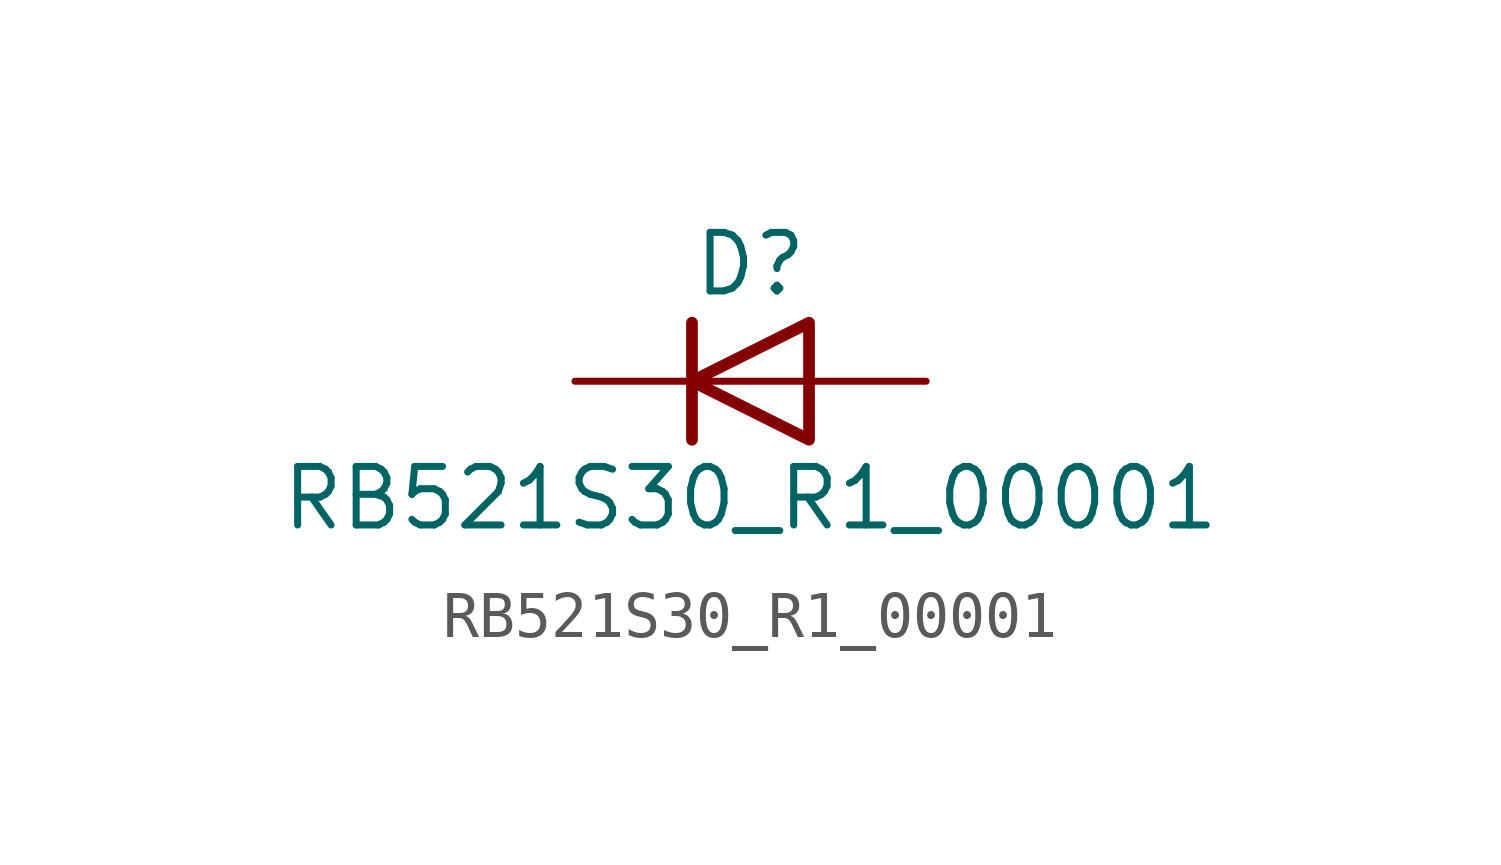
<source format=kicad_sym>
(kicad_symbol_lib
  (version 20211014)
  (generator kicad_symbol_editor)
  (symbol "RB521S30_R1_00001"
    (pin_numbers hide)
    (pin_names
      (offset 1.016) hide)
    (property "Reference" "D"
      (at 0 2.54 0)
      (effects (font (size 1.27 1.27))))
    (property "Value" "RB521S30_R1_00001"
      (at 0 -2.54 0)
      (effects (font (size 1.27 1.27))))
    (symbol "RB521S30_R1_00001_0_1"
      (polyline (pts (xy -1.27 1.27) (xy -1.27 -1.27)) (stroke (width 0.254) (type default) (color 0 0 0 0)) (fill (type none)))
      (polyline (pts (xy 1.27 0) (xy -1.27 0)) (stroke (width 0) (type default) (color 0 0 0 0)) (fill (type none)))
      (polyline (pts (xy 1.27 1.27) (xy 1.27 -1.27) (xy -1.27 0) (xy 1.27 1.27)) (stroke (width 0.254) (type default) (color 0 0 0 0)) (fill (type none))))
    (symbol "RB521S30_R1_00001_1_1"
      (pin passive line (at -3.81 0 0) (length 2.54) (name "K" (effects (font (size 1.27 1.27)))) (number "1" (effects (font (size 1.27 1.27)))))
      (pin passive line (at 3.81 0 180) (length 2.54) (name "A" (effects (font (size 1.27 1.27)))) (number "2" (effects (font (size 1.27 1.27))))))))
</source>
